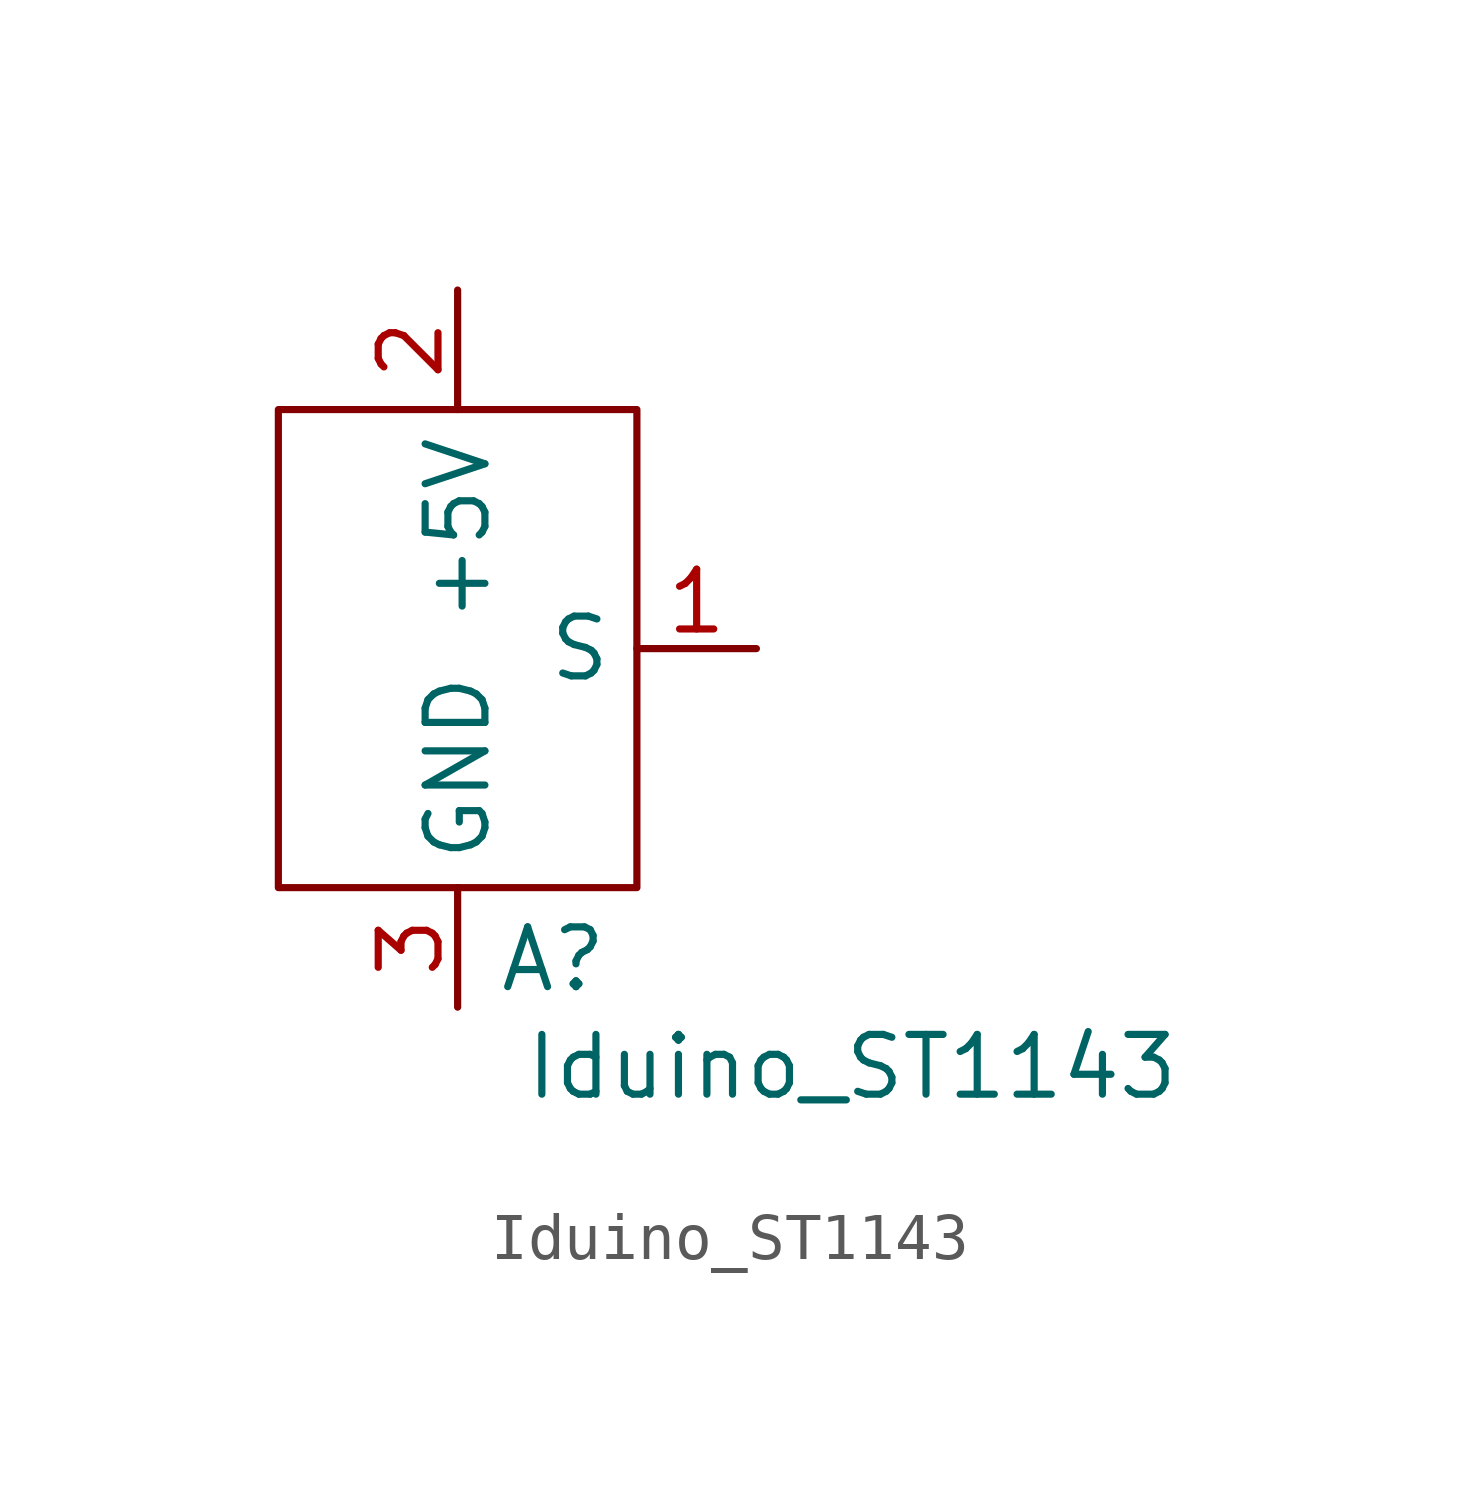
<source format=kicad_sym>
(kicad_symbol_lib
  (version 20231120)
  (generator "kicad_symbol_editor")
  (generator_version "8.0")
  (symbol "Iduino_ST1143"
    (property "Reference" "A"
      (at -1.778 -7.874 0)
      (effects (font (size 1.27 1.27))))
    (property "Value" "Iduino_ST1143"
      (at 4.572 -10.16 0)
      (effects (font (size 1.27 1.27))))
    (symbol "Iduino_ST1143_0_1"
      (rectangle (start 0 3.81) (end -7.62 -6.35) (stroke (width 0) (type default)) (fill (type none))))
    (symbol "Iduino_ST1143_1_1"
      (pin input line (at 2.54 -1.27 180) (length 2.54) (name "S" (effects (font (size 1.27 1.27)))) (number "1" (effects (font (size 1.27 1.27)))))
      (pin power_in line (at -3.81 6.35 270) (length 2.54) (name "+5V" (effects (font (size 1.27 1.27)))) (number "2" (effects (font (size 1.27 1.27)))))
      (pin input line (at -3.81 -8.89 90) (length 2.54) (name "GND" (effects (font (size 1.27 1.27)))) (number "3" (effects (font (size 1.27 1.27))))))))
</source>
